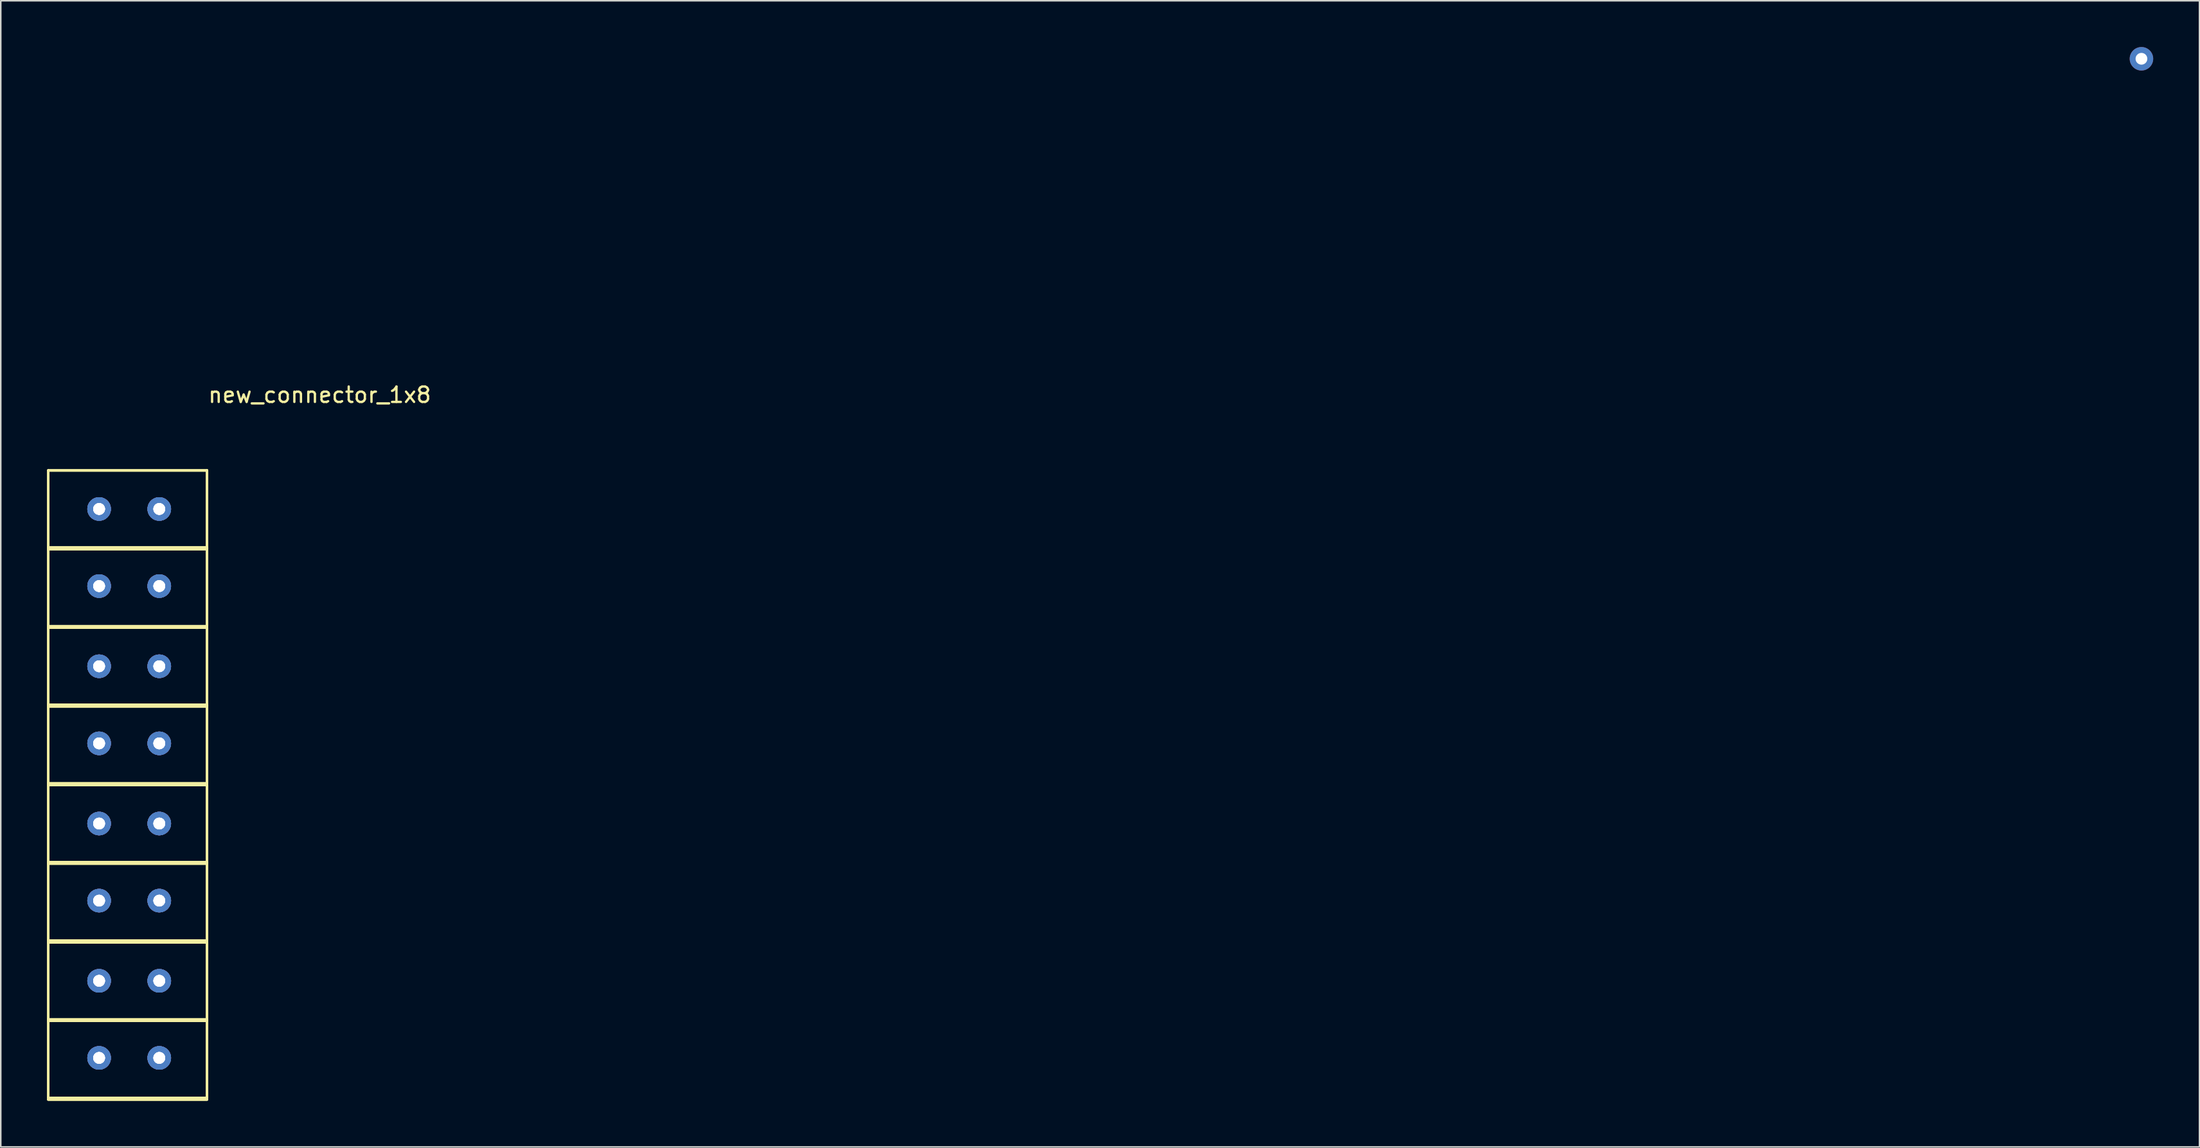
<source format=kicad_pcb>
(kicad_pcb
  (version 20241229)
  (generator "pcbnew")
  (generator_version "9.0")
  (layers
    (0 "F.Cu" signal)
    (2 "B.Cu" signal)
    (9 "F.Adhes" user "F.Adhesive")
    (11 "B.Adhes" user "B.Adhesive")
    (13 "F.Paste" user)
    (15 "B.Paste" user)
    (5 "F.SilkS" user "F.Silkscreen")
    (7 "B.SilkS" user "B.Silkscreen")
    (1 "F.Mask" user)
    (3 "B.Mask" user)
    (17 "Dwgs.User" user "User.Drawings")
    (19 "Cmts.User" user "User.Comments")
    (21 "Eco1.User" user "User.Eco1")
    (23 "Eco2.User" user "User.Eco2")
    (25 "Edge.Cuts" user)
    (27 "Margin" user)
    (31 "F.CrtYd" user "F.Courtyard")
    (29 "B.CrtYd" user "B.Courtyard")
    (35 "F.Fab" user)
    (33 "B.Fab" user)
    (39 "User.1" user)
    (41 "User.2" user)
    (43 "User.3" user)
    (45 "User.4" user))
  (footprint "new_connector_1x8"
    (layer "F.Cu")
    (at 17.675 22.062)
    (property "Reference" "new_connector_1x8" (at 0 0.5 0) (layer "F.SilkS") (effects (font (size 1 1) (thickness 0.15))))
    (attr through_hole)
    (fp_line (start -17.6 5.4) (end -17.6 10.5) (stroke (width 0.15) (type solid)) (layer "F.SilkS"))
    (fp_line (start -17.6 5.4) (end -17.6 10.5) (stroke (width 0.15) (type solid)) (layer "F.SilkS"))
    (fp_line (start -17.6 5.4) (end -17.6 10.5) (stroke (width 0.15) (type solid)) (layer "F.SilkS"))
    (fp_line (start -17.6 5.4) (end -17.6 10.5) (stroke (width 0.15) (type solid)) (layer "F.SilkS"))
    (fp_line (start -17.6 5.4) (end -7.3 5.4) (stroke (width 0.15) (type solid)) (layer "F.SilkS"))
    (fp_line (start -17.6 5.4) (end -7.3 5.4) (stroke (width 0.15) (type solid)) (layer "F.SilkS"))
    (fp_line (start -17.6 5.4) (end -7.3 5.4) (stroke (width 0.15) (type solid)) (layer "F.SilkS"))
    (fp_line (start -17.6 5.4) (end -7.3 5.4) (stroke (width 0.15) (type solid)) (layer "F.SilkS"))
    (fp_line (start -17.6 10.4) (end -17.6 15.5) (stroke (width 0.15) (type solid)) (layer "F.SilkS"))
    (fp_line (start -17.6 10.4) (end -17.6 15.5) (stroke (width 0.15) (type solid)) (layer "F.SilkS"))
    (fp_line (start -17.6 10.4) (end -17.6 15.5) (stroke (width 0.15) (type solid)) (layer "F.SilkS"))
    (fp_line (start -17.6 10.4) (end -17.6 15.5) (stroke (width 0.15) (type solid)) (layer "F.SilkS"))
    (fp_line (start -17.6 10.4) (end -7.3 10.4) (stroke (width 0.15) (type solid)) (layer "F.SilkS"))
    (fp_line (start -17.6 10.4) (end -7.3 10.4) (stroke (width 0.15) (type solid)) (layer "F.SilkS"))
    (fp_line (start -17.6 10.4) (end -7.3 10.4) (stroke (width 0.15) (type solid)) (layer "F.SilkS"))
    (fp_line (start -17.6 10.4) (end -7.3 10.4) (stroke (width 0.15) (type solid)) (layer "F.SilkS"))
    (fp_line (start -17.6 10.5) (end -7.3 10.5) (stroke (width 0.15) (type solid)) (layer "F.SilkS"))
    (fp_line (start -17.6 10.5) (end -7.3 10.5) (stroke (width 0.15) (type solid)) (layer "F.SilkS"))
    (fp_line (start -17.6 10.5) (end -7.3 10.5) (stroke (width 0.15) (type solid)) (layer "F.SilkS"))
    (fp_line (start -17.6 10.5) (end -7.3 10.5) (stroke (width 0.15) (type solid)) (layer "F.SilkS"))
    (fp_line (start -17.6 15.5) (end -7.3 15.5) (stroke (width 0.15) (type solid)) (layer "F.SilkS"))
    (fp_line (start -17.6 15.5) (end -7.3 15.5) (stroke (width 0.15) (type solid)) (layer "F.SilkS"))
    (fp_line (start -17.6 15.5) (end -7.3 15.5) (stroke (width 0.15) (type solid)) (layer "F.SilkS"))
    (fp_line (start -17.6 15.5) (end -7.3 15.5) (stroke (width 0.15) (type solid)) (layer "F.SilkS"))
    (fp_line (start -17.6 15.6) (end -17.6 20.7) (stroke (width 0.15) (type solid)) (layer "F.SilkS"))
    (fp_line (start -17.6 15.6) (end -17.6 20.7) (stroke (width 0.15) (type solid)) (layer "F.SilkS"))
    (fp_line (start -17.6 15.6) (end -17.6 20.7) (stroke (width 0.15) (type solid)) (layer "F.SilkS"))
    (fp_line (start -17.6 15.6) (end -17.6 20.7) (stroke (width 0.15) (type solid)) (layer "F.SilkS"))
    (fp_line (start -17.6 15.6) (end -7.3 15.6) (stroke (width 0.15) (type solid)) (layer "F.SilkS"))
    (fp_line (start -17.6 15.6) (end -7.3 15.6) (stroke (width 0.15) (type solid)) (layer "F.SilkS"))
    (fp_line (start -17.6 15.6) (end -7.3 15.6) (stroke (width 0.15) (type solid)) (layer "F.SilkS"))
    (fp_line (start -17.6 15.6) (end -7.3 15.6) (stroke (width 0.15) (type solid)) (layer "F.SilkS"))
    (fp_line (start -17.6 20.6) (end -17.6 25.7) (stroke (width 0.15) (type solid)) (layer "F.SilkS"))
    (fp_line (start -17.6 20.6) (end -17.6 25.7) (stroke (width 0.15) (type solid)) (layer "F.SilkS"))
    (fp_line (start -17.6 20.6) (end -17.6 25.7) (stroke (width 0.15) (type solid)) (layer "F.SilkS"))
    (fp_line (start -17.6 20.6) (end -17.6 25.7) (stroke (width 0.15) (type solid)) (layer "F.SilkS"))
    (fp_line (start -17.6 20.6) (end -7.3 20.6) (stroke (width 0.15) (type solid)) (layer "F.SilkS"))
    (fp_line (start -17.6 20.6) (end -7.3 20.6) (stroke (width 0.15) (type solid)) (layer "F.SilkS"))
    (fp_line (start -17.6 20.6) (end -7.3 20.6) (stroke (width 0.15) (type solid)) (layer "F.SilkS"))
    (fp_line (start -17.6 20.6) (end -7.3 20.6) (stroke (width 0.15) (type solid)) (layer "F.SilkS"))
    (fp_line (start -17.6 20.7) (end -7.3 20.7) (stroke (width 0.15) (type solid)) (layer "F.SilkS"))
    (fp_line (start -17.6 20.7) (end -7.3 20.7) (stroke (width 0.15) (type solid)) (layer "F.SilkS"))
    (fp_line (start -17.6 20.7) (end -7.3 20.7) (stroke (width 0.15) (type solid)) (layer "F.SilkS"))
    (fp_line (start -17.6 20.7) (end -7.3 20.7) (stroke (width 0.15) (type solid)) (layer "F.SilkS"))
    (fp_line (start -17.6 25.7) (end -7.3 25.7) (stroke (width 0.15) (type solid)) (layer "F.SilkS"))
    (fp_line (start -17.6 25.7) (end -7.3 25.7) (stroke (width 0.15) (type solid)) (layer "F.SilkS"))
    (fp_line (start -17.6 25.7) (end -7.3 25.7) (stroke (width 0.15) (type solid)) (layer "F.SilkS"))
    (fp_line (start -17.6 25.7) (end -7.3 25.7) (stroke (width 0.15) (type solid)) (layer "F.SilkS"))
    (fp_line (start -17.6 25.8) (end -17.6 30.9) (stroke (width 0.15) (type solid)) (layer "F.SilkS"))
    (fp_line (start -17.6 25.8) (end -17.6 30.9) (stroke (width 0.15) (type solid)) (layer "F.SilkS"))
    (fp_line (start -17.6 25.8) (end -17.6 30.9) (stroke (width 0.15) (type solid)) (layer "F.SilkS"))
    (fp_line (start -17.6 25.8) (end -17.6 30.9) (stroke (width 0.15) (type solid)) (layer "F.SilkS"))
    (fp_line (start -17.6 25.8) (end -7.3 25.8) (stroke (width 0.15) (type solid)) (layer "F.SilkS"))
    (fp_line (start -17.6 25.8) (end -7.3 25.8) (stroke (width 0.15) (type solid)) (layer "F.SilkS"))
    (fp_line (start -17.6 25.8) (end -7.3 25.8) (stroke (width 0.15) (type solid)) (layer "F.SilkS"))
    (fp_line (start -17.6 25.8) (end -7.3 25.8) (stroke (width 0.15) (type solid)) (layer "F.SilkS"))
    (fp_line (start -17.6 30.8) (end -17.6 35.9) (stroke (width 0.15) (type solid)) (layer "F.SilkS"))
    (fp_line (start -17.6 30.8) (end -17.6 35.9) (stroke (width 0.15) (type solid)) (layer "F.SilkS"))
    (fp_line (start -17.6 30.8) (end -17.6 35.9) (stroke (width 0.15) (type solid)) (layer "F.SilkS"))
    (fp_line (start -17.6 30.8) (end -17.6 35.9) (stroke (width 0.15) (type solid)) (layer "F.SilkS"))
    (fp_line (start -17.6 30.8) (end -7.3 30.8) (stroke (width 0.15) (type solid)) (layer "F.SilkS"))
    (fp_line (start -17.6 30.8) (end -7.3 30.8) (stroke (width 0.15) (type solid)) (layer "F.SilkS"))
    (fp_line (start -17.6 30.8) (end -7.3 30.8) (stroke (width 0.15) (type solid)) (layer "F.SilkS"))
    (fp_line (start -17.6 30.8) (end -7.3 30.8) (stroke (width 0.15) (type solid)) (layer "F.SilkS"))
    (fp_line (start -17.6 30.9) (end -7.3 30.9) (stroke (width 0.15) (type solid)) (layer "F.SilkS"))
    (fp_line (start -17.6 30.9) (end -7.3 30.9) (stroke (width 0.15) (type solid)) (layer "F.SilkS"))
    (fp_line (start -17.6 30.9) (end -7.3 30.9) (stroke (width 0.15) (type solid)) (layer "F.SilkS"))
    (fp_line (start -17.6 30.9) (end -7.3 30.9) (stroke (width 0.15) (type solid)) (layer "F.SilkS"))
    (fp_line (start -17.6 35.9) (end -7.3 35.9) (stroke (width 0.15) (type solid)) (layer "F.SilkS"))
    (fp_line (start -17.6 35.9) (end -7.3 35.9) (stroke (width 0.15) (type solid)) (layer "F.SilkS"))
    (fp_line (start -17.6 35.9) (end -7.3 35.9) (stroke (width 0.15) (type solid)) (layer "F.SilkS"))
    (fp_line (start -17.6 35.9) (end -7.3 35.9) (stroke (width 0.15) (type solid)) (layer "F.SilkS"))
    (fp_line (start -17.6 36) (end -17.6 41.1) (stroke (width 0.15) (type solid)) (layer "F.SilkS"))
    (fp_line (start -17.6 36) (end -17.6 41.1) (stroke (width 0.15) (type solid)) (layer "F.SilkS"))
    (fp_line (start -17.6 36) (end -17.6 41.1) (stroke (width 0.15) (type solid)) (layer "F.SilkS"))
    (fp_line (start -17.6 36) (end -17.6 41.1) (stroke (width 0.15) (type solid)) (layer "F.SilkS"))
    (fp_line (start -17.6 36) (end -7.3 36) (stroke (width 0.15) (type solid)) (layer "F.SilkS"))
    (fp_line (start -17.6 36) (end -7.3 36) (stroke (width 0.15) (type solid)) (layer "F.SilkS"))
    (fp_line (start -17.6 36) (end -7.3 36) (stroke (width 0.15) (type solid)) (layer "F.SilkS"))
    (fp_line (start -17.6 36) (end -7.3 36) (stroke (width 0.15) (type solid)) (layer "F.SilkS"))
    (fp_line (start -17.6 36) (end -7.3 36) (stroke (width 0.15) (type solid)) (layer "F.SilkS"))
    (fp_line (start -17.6 36) (end -7.3 36) (stroke (width 0.15) (type solid)) (layer "F.SilkS"))
    (fp_line (start -17.6 36) (end -7.3 36) (stroke (width 0.15) (type solid)) (layer "F.SilkS"))
    (fp_line (start -17.6 36) (end -7.3 36) (stroke (width 0.15) (type solid)) (layer "F.SilkS"))
    (fp_line (start -17.6 41) (end -17.6 46.1) (stroke (width 0.15) (type solid)) (layer "F.SilkS"))
    (fp_line (start -17.6 41) (end -17.6 46.1) (stroke (width 0.15) (type solid)) (layer "F.SilkS"))
    (fp_line (start -17.6 41) (end -17.6 46.1) (stroke (width 0.15) (type solid)) (layer "F.SilkS"))
    (fp_line (start -17.6 41) (end -17.6 46.1) (stroke (width 0.15) (type solid)) (layer "F.SilkS"))
    (fp_line (start -17.6 41) (end -7.3 41) (stroke (width 0.15) (type solid)) (layer "F.SilkS"))
    (fp_line (start -17.6 41) (end -7.3 41) (stroke (width 0.15) (type solid)) (layer "F.SilkS"))
    (fp_line (start -17.6 41) (end -7.3 41) (stroke (width 0.15) (type solid)) (layer "F.SilkS"))
    (fp_line (start -17.6 41) (end -7.3 41) (stroke (width 0.15) (type solid)) (layer "F.SilkS"))
    (fp_line (start -17.6 41.1) (end -7.3 41.1) (stroke (width 0.15) (type solid)) (layer "F.SilkS"))
    (fp_line (start -17.6 41.1) (end -7.3 41.1) (stroke (width 0.15) (type solid)) (layer "F.SilkS"))
    (fp_line (start -17.6 41.1) (end -7.3 41.1) (stroke (width 0.15) (type solid)) (layer "F.SilkS"))
    (fp_line (start -17.6 41.1) (end -7.3 41.1) (stroke (width 0.15) (type solid)) (layer "F.SilkS"))
    (fp_line (start -17.6 46.1) (end -7.3 46.1) (stroke (width 0.15) (type solid)) (layer "F.SilkS"))
    (fp_line (start -17.6 46.1) (end -7.3 46.1) (stroke (width 0.15) (type solid)) (layer "F.SilkS"))
    (fp_line (start -17.6 46.1) (end -7.3 46.1) (stroke (width 0.15) (type solid)) (layer "F.SilkS"))
    (fp_line (start -17.6 46.1) (end -7.3 46.1) (stroke (width 0.15) (type solid)) (layer "F.SilkS"))
    (fp_line (start -17.6 46.2) (end -7.3 46.2) (stroke (width 0.15) (type solid)) (layer "F.SilkS"))
    (fp_line (start -17.6 46.2) (end -7.3 46.2) (stroke (width 0.15) (type solid)) (layer "F.SilkS"))
    (fp_line (start -17.6 46.2) (end -7.3 46.2) (stroke (width 0.15) (type solid)) (layer "F.SilkS"))
    (fp_line (start -17.6 46.2) (end -7.3 46.2) (stroke (width 0.15) (type solid)) (layer "F.SilkS"))
    (fp_line (start -7.3 10.5) (end -7.3 5.4) (stroke (width 0.15) (type solid)) (layer "F.SilkS"))
    (fp_line (start -7.3 10.5) (end -7.3 5.4) (stroke (width 0.15) (type solid)) (layer "F.SilkS"))
    (fp_line (start -7.3 10.5) (end -7.3 5.4) (stroke (width 0.15) (type solid)) (layer "F.SilkS"))
    (fp_line (start -7.3 10.5) (end -7.3 5.4) (stroke (width 0.15) (type solid)) (layer "F.SilkS"))
    (fp_line (start -7.3 15.5) (end -7.3 10.4) (stroke (width 0.15) (type solid)) (layer "F.SilkS"))
    (fp_line (start -7.3 15.5) (end -7.3 10.4) (stroke (width 0.15) (type solid)) (layer "F.SilkS"))
    (fp_line (start -7.3 15.5) (end -7.3 10.4) (stroke (width 0.15) (type solid)) (layer "F.SilkS"))
    (fp_line (start -7.3 15.5) (end -7.3 10.4) (stroke (width 0.15) (type solid)) (layer "F.SilkS"))
    (fp_line (start -7.3 20.7) (end -7.3 15.6) (stroke (width 0.15) (type solid)) (layer "F.SilkS"))
    (fp_line (start -7.3 20.7) (end -7.3 15.6) (stroke (width 0.15) (type solid)) (layer "F.SilkS"))
    (fp_line (start -7.3 20.7) (end -7.3 15.6) (stroke (width 0.15) (type solid)) (layer "F.SilkS"))
    (fp_line (start -7.3 20.7) (end -7.3 15.6) (stroke (width 0.15) (type solid)) (layer "F.SilkS"))
    (fp_line (start -7.3 25.7) (end -7.3 20.6) (stroke (width 0.15) (type solid)) (layer "F.SilkS"))
    (fp_line (start -7.3 25.7) (end -7.3 20.6) (stroke (width 0.15) (type solid)) (layer "F.SilkS"))
    (fp_line (start -7.3 25.7) (end -7.3 20.6) (stroke (width 0.15) (type solid)) (layer "F.SilkS"))
    (fp_line (start -7.3 25.7) (end -7.3 20.6) (stroke (width 0.15) (type solid)) (layer "F.SilkS"))
    (fp_line (start -7.3 30.9) (end -7.3 25.8) (stroke (width 0.15) (type solid)) (layer "F.SilkS"))
    (fp_line (start -7.3 30.9) (end -7.3 25.8) (stroke (width 0.15) (type solid)) (layer "F.SilkS"))
    (fp_line (start -7.3 30.9) (end -7.3 25.8) (stroke (width 0.15) (type solid)) (layer "F.SilkS"))
    (fp_line (start -7.3 30.9) (end -7.3 25.8) (stroke (width 0.15) (type solid)) (layer "F.SilkS"))
    (fp_line (start -7.3 35.9) (end -7.3 30.8) (stroke (width 0.15) (type solid)) (layer "F.SilkS"))
    (fp_line (start -7.3 35.9) (end -7.3 30.8) (stroke (width 0.15) (type solid)) (layer "F.SilkS"))
    (fp_line (start -7.3 35.9) (end -7.3 30.8) (stroke (width 0.15) (type solid)) (layer "F.SilkS"))
    (fp_line (start -7.3 35.9) (end -7.3 30.8) (stroke (width 0.15) (type solid)) (layer "F.SilkS"))
    (fp_line (start -7.3 41.1) (end -7.3 36) (stroke (width 0.15) (type solid)) (layer "F.SilkS"))
    (fp_line (start -7.3 41.1) (end -7.3 36) (stroke (width 0.15) (type solid)) (layer "F.SilkS"))
    (fp_line (start -7.3 41.1) (end -7.3 36) (stroke (width 0.15) (type solid)) (layer "F.SilkS"))
    (fp_line (start -7.3 41.1) (end -7.3 36) (stroke (width 0.15) (type solid)) (layer "F.SilkS"))
    (fp_line (start -7.3 46.1) (end -7.3 41) (stroke (width 0.15) (type solid)) (layer "F.SilkS"))
    (fp_line (start -7.3 46.1) (end -7.3 41) (stroke (width 0.15) (type solid)) (layer "F.SilkS"))
    (fp_line (start -7.3 46.1) (end -7.3 41) (stroke (width 0.15) (type solid)) (layer "F.SilkS"))
    (fp_line (start -7.3 46.1) (end -7.3 41) (stroke (width 0.15) (type solid)) (layer "F.SilkS"))
    (fp_line (start -16.9 5.4) (end -16.9 10.5) (stroke (width 0.15) (type solid)) (layer "B.Paste"))
    (fp_line (start -16.9 5.4) (end -16.9 10.5) (stroke (width 0.15) (type solid)) (layer "B.Paste"))
    (fp_line (start -16.9 5.4) (end -16.9 10.5) (stroke (width 0.15) (type solid)) (layer "B.Paste"))
    (fp_line (start -16.9 5.4) (end -16.9 10.5) (stroke (width 0.15) (type solid)) (layer "B.Paste"))
    (fp_line (start -16.9 5.4) (end -7.9 5.4) (stroke (width 0.15) (type solid)) (layer "B.Paste"))
    (fp_line (start -16.9 5.4) (end -7.9 5.4) (stroke (width 0.15) (type solid)) (layer "B.Paste"))
    (fp_line (start -16.9 5.4) (end -7.9 5.4) (stroke (width 0.15) (type solid)) (layer "B.Paste"))
    (fp_line (start -16.9 5.4) (end -7.9 5.4) (stroke (width 0.15) (type solid)) (layer "B.Paste"))
    (fp_line (start -16.9 10.4) (end -16.9 15.5) (stroke (width 0.15) (type solid)) (layer "B.Paste"))
    (fp_line (start -16.9 10.4) (end -16.9 15.5) (stroke (width 0.15) (type solid)) (layer "B.Paste"))
    (fp_line (start -16.9 10.4) (end -16.9 15.5) (stroke (width 0.15) (type solid)) (layer "B.Paste"))
    (fp_line (start -16.9 10.4) (end -16.9 15.5) (stroke (width 0.15) (type solid)) (layer "B.Paste"))
    (fp_line (start -16.9 10.4) (end -7.9 10.4) (stroke (width 0.15) (type solid)) (layer "B.Paste"))
    (fp_line (start -16.9 10.4) (end -7.9 10.4) (stroke (width 0.15) (type solid)) (layer "B.Paste"))
    (fp_line (start -16.9 10.4) (end -7.9 10.4) (stroke (width 0.15) (type solid)) (layer "B.Paste"))
    (fp_line (start -16.9 10.4) (end -7.9 10.4) (stroke (width 0.15) (type solid)) (layer "B.Paste"))
    (fp_line (start -16.9 10.5) (end -7.8 10.5) (stroke (width 0.15) (type solid)) (layer "B.Paste"))
    (fp_line (start -16.9 10.5) (end -7.8 10.5) (stroke (width 0.15) (type solid)) (layer "B.Paste"))
    (fp_line (start -16.9 10.5) (end -7.8 10.5) (stroke (width 0.15) (type solid)) (layer "B.Paste"))
    (fp_line (start -16.9 10.5) (end -7.8 10.5) (stroke (width 0.15) (type solid)) (layer "B.Paste"))
    (fp_line (start -16.9 15.5) (end -7.8 15.5) (stroke (width 0.15) (type solid)) (layer "B.Paste"))
    (fp_line (start -16.9 15.5) (end -7.8 15.5) (stroke (width 0.15) (type solid)) (layer "B.Paste"))
    (fp_line (start -16.9 15.5) (end -7.8 15.5) (stroke (width 0.15) (type solid)) (layer "B.Paste"))
    (fp_line (start -16.9 15.5) (end -7.8 15.5) (stroke (width 0.15) (type solid)) (layer "B.Paste"))
    (fp_line (start -16.9 15.6) (end -16.9 20.7) (stroke (width 0.15) (type solid)) (layer "B.Paste"))
    (fp_line (start -16.9 15.6) (end -16.9 20.7) (stroke (width 0.15) (type solid)) (layer "B.Paste"))
    (fp_line (start -16.9 15.6) (end -16.9 20.7) (stroke (width 0.15) (type solid)) (layer "B.Paste"))
    (fp_line (start -16.9 15.6) (end -16.9 20.7) (stroke (width 0.15) (type solid)) (layer "B.Paste"))
    (fp_line (start -16.9 15.6) (end -7.9 15.6) (stroke (width 0.15) (type solid)) (layer "B.Paste"))
    (fp_line (start -16.9 15.6) (end -7.9 15.6) (stroke (width 0.15) (type solid)) (layer "B.Paste"))
    (fp_line (start -16.9 15.6) (end -7.9 15.6) (stroke (width 0.15) (type solid)) (layer "B.Paste"))
    (fp_line (start -16.9 15.6) (end -7.9 15.6) (stroke (width 0.15) (type solid)) (layer "B.Paste"))
    (fp_line (start -16.9 20.6) (end -16.9 25.7) (stroke (width 0.15) (type solid)) (layer "B.Paste"))
    (fp_line (start -16.9 20.6) (end -16.9 25.7) (stroke (width 0.15) (type solid)) (layer "B.Paste"))
    (fp_line (start -16.9 20.6) (end -16.9 25.7) (stroke (width 0.15) (type solid)) (layer "B.Paste"))
    (fp_line (start -16.9 20.6) (end -16.9 25.7) (stroke (width 0.15) (type solid)) (layer "B.Paste"))
    (fp_line (start -16.9 20.6) (end -7.9 20.6) (stroke (width 0.15) (type solid)) (layer "B.Paste"))
    (fp_line (start -16.9 20.6) (end -7.9 20.6) (stroke (width 0.15) (type solid)) (layer "B.Paste"))
    (fp_line (start -16.9 20.6) (end -7.9 20.6) (stroke (width 0.15) (type solid)) (layer "B.Paste"))
    (fp_line (start -16.9 20.6) (end -7.9 20.6) (stroke (width 0.15) (type solid)) (layer "B.Paste"))
    (fp_line (start -16.9 20.7) (end -7.8 20.7) (stroke (width 0.15) (type solid)) (layer "B.Paste"))
    (fp_line (start -16.9 20.7) (end -7.8 20.7) (stroke (width 0.15) (type solid)) (layer "B.Paste"))
    (fp_line (start -16.9 20.7) (end -7.8 20.7) (stroke (width 0.15) (type solid)) (layer "B.Paste"))
    (fp_line (start -16.9 20.7) (end -7.8 20.7) (stroke (width 0.15) (type solid)) (layer "B.Paste"))
    (fp_line (start -16.9 25.7) (end -7.8 25.7) (stroke (width 0.15) (type solid)) (layer "B.Paste"))
    (fp_line (start -16.9 25.7) (end -7.8 25.7) (stroke (width 0.15) (type solid)) (layer "B.Paste"))
    (fp_line (start -16.9 25.7) (end -7.8 25.7) (stroke (width 0.15) (type solid)) (layer "B.Paste"))
    (fp_line (start -16.9 25.7) (end -7.8 25.7) (stroke (width 0.15) (type solid)) (layer "B.Paste"))
    (fp_line (start -16.9 25.8) (end -16.9 30.9) (stroke (width 0.15) (type solid)) (layer "B.Paste"))
    (fp_line (start -16.9 25.8) (end -16.9 30.9) (stroke (width 0.15) (type solid)) (layer "B.Paste"))
    (fp_line (start -16.9 25.8) (end -16.9 30.9) (stroke (width 0.15) (type solid)) (layer "B.Paste"))
    (fp_line (start -16.9 25.8) (end -16.9 30.9) (stroke (width 0.15) (type solid)) (layer "B.Paste"))
    (fp_line (start -16.9 25.8) (end -7.9 25.8) (stroke (width 0.15) (type solid)) (layer "B.Paste"))
    (fp_line (start -16.9 25.8) (end -7.9 25.8) (stroke (width 0.15) (type solid)) (layer "B.Paste"))
    (fp_line (start -16.9 25.8) (end -7.9 25.8) (stroke (width 0.15) (type solid)) (layer "B.Paste"))
    (fp_line (start -16.9 25.8) (end -7.9 25.8) (stroke (width 0.15) (type solid)) (layer "B.Paste"))
    (fp_line (start -16.9 30.8) (end -16.9 35.9) (stroke (width 0.15) (type solid)) (layer "B.Paste"))
    (fp_line (start -16.9 30.8) (end -16.9 35.9) (stroke (width 0.15) (type solid)) (layer "B.Paste"))
    (fp_line (start -16.9 30.8) (end -16.9 35.9) (stroke (width 0.15) (type solid)) (layer "B.Paste"))
    (fp_line (start -16.9 30.8) (end -16.9 35.9) (stroke (width 0.15) (type solid)) (layer "B.Paste"))
    (fp_line (start -16.9 30.8) (end -7.9 30.8) (stroke (width 0.15) (type solid)) (layer "B.Paste"))
    (fp_line (start -16.9 30.8) (end -7.9 30.8) (stroke (width 0.15) (type solid)) (layer "B.Paste"))
    (fp_line (start -16.9 30.8) (end -7.9 30.8) (stroke (width 0.15) (type solid)) (layer "B.Paste"))
    (fp_line (start -16.9 30.8) (end -7.9 30.8) (stroke (width 0.15) (type solid)) (layer "B.Paste"))
    (fp_line (start -16.9 30.9) (end -7.8 30.9) (stroke (width 0.15) (type solid)) (layer "B.Paste"))
    (fp_line (start -16.9 30.9) (end -7.8 30.9) (stroke (width 0.15) (type solid)) (layer "B.Paste"))
    (fp_line (start -16.9 30.9) (end -7.8 30.9) (stroke (width 0.15) (type solid)) (layer "B.Paste"))
    (fp_line (start -16.9 30.9) (end -7.8 30.9) (stroke (width 0.15) (type solid)) (layer "B.Paste"))
    (fp_line (start -16.9 35.9) (end -7.8 35.9) (stroke (width 0.15) (type solid)) (layer "B.Paste"))
    (fp_line (start -16.9 35.9) (end -7.8 35.9) (stroke (width 0.15) (type solid)) (layer "B.Paste"))
    (fp_line (start -16.9 35.9) (end -7.8 35.9) (stroke (width 0.15) (type solid)) (layer "B.Paste"))
    (fp_line (start -16.9 35.9) (end -7.8 35.9) (stroke (width 0.15) (type solid)) (layer "B.Paste"))
    (fp_line (start -16.9 36) (end -16.9 41.1) (stroke (width 0.15) (type solid)) (layer "B.Paste"))
    (fp_line (start -16.9 36) (end -16.9 41.1) (stroke (width 0.15) (type solid)) (layer "B.Paste"))
    (fp_line (start -16.9 36) (end -16.9 41.1) (stroke (width 0.15) (type solid)) (layer "B.Paste"))
    (fp_line (start -16.9 36) (end -16.9 41.1) (stroke (width 0.15) (type solid)) (layer "B.Paste"))
    (fp_line (start -16.9 36) (end -7.9 36) (stroke (width 0.15) (type solid)) (layer "B.Paste"))
    (fp_line (start -16.9 36) (end -7.9 36) (stroke (width 0.15) (type solid)) (layer "B.Paste"))
    (fp_line (start -16.9 36) (end -7.9 36) (stroke (width 0.15) (type solid)) (layer "B.Paste"))
    (fp_line (start -16.9 36) (end -7.9 36) (stroke (width 0.15) (type solid)) (layer "B.Paste"))
    (fp_line (start -16.9 36) (end -7.9 36) (stroke (width 0.15) (type solid)) (layer "B.Paste"))
    (fp_line (start -16.9 36) (end -7.9 36) (stroke (width 0.15) (type solid)) (layer "B.Paste"))
    (fp_line (start -16.9 36) (end -7.9 36) (stroke (width 0.15) (type solid)) (layer "B.Paste"))
    (fp_line (start -16.9 36) (end -7.9 36) (stroke (width 0.15) (type solid)) (layer "B.Paste"))
    (fp_line (start -16.9 41) (end -16.9 46.1) (stroke (width 0.15) (type solid)) (layer "B.Paste"))
    (fp_line (start -16.9 41) (end -16.9 46.1) (stroke (width 0.15) (type solid)) (layer "B.Paste"))
    (fp_line (start -16.9 41) (end -16.9 46.1) (stroke (width 0.15) (type solid)) (layer "B.Paste"))
    (fp_line (start -16.9 41) (end -16.9 46.1) (stroke (width 0.15) (type solid)) (layer "B.Paste"))
    (fp_line (start -16.9 41) (end -7.9 41) (stroke (width 0.15) (type solid)) (layer "B.Paste"))
    (fp_line (start -16.9 41) (end -7.9 41) (stroke (width 0.15) (type solid)) (layer "B.Paste"))
    (fp_line (start -16.9 41) (end -7.9 41) (stroke (width 0.15) (type solid)) (layer "B.Paste"))
    (fp_line (start -16.9 41) (end -7.9 41) (stroke (width 0.15) (type solid)) (layer "B.Paste"))
    (fp_line (start -16.9 41.1) (end -7.8 41.1) (stroke (width 0.15) (type solid)) (layer "B.Paste"))
    (fp_line (start -16.9 41.1) (end -7.8 41.1) (stroke (width 0.15) (type solid)) (layer "B.Paste"))
    (fp_line (start -16.9 41.1) (end -7.8 41.1) (stroke (width 0.15) (type solid)) (layer "B.Paste"))
    (fp_line (start -16.9 41.1) (end -7.8 41.1) (stroke (width 0.15) (type solid)) (layer "B.Paste"))
    (fp_line (start -16.9 46.1) (end -7.8 46.1) (stroke (width 0.15) (type solid)) (layer "B.Paste"))
    (fp_line (start -16.9 46.1) (end -7.8 46.1) (stroke (width 0.15) (type solid)) (layer "B.Paste"))
    (fp_line (start -16.9 46.1) (end -7.8 46.1) (stroke (width 0.15) (type solid)) (layer "B.Paste"))
    (fp_line (start -16.9 46.1) (end -7.8 46.1) (stroke (width 0.15) (type solid)) (layer "B.Paste"))
    (fp_line (start -16.9 46.2) (end -7.9 46.2) (stroke (width 0.15) (type solid)) (layer "B.Paste"))
    (fp_line (start -16.9 46.2) (end -7.9 46.2) (stroke (width 0.15) (type solid)) (layer "B.Paste"))
    (fp_line (start -16.9 46.2) (end -7.9 46.2) (stroke (width 0.15) (type solid)) (layer "B.Paste"))
    (fp_line (start -16.9 46.2) (end -7.9 46.2) (stroke (width 0.15) (type solid)) (layer "B.Paste"))
    (fp_line (start -7.9 5.4) (end -8 5.4) (stroke (width 0.15) (type solid)) (layer "B.Paste"))
    (fp_line (start -7.9 5.4) (end -8 5.4) (stroke (width 0.15) (type solid)) (layer "B.Paste"))
    (fp_line (start -7.9 5.4) (end -8 5.4) (stroke (width 0.15) (type solid)) (layer "B.Paste"))
    (fp_line (start -7.9 5.4) (end -8 5.4) (stroke (width 0.15) (type solid)) (layer "B.Paste"))
    (fp_line (start -7.9 10.4) (end -8 10.4) (stroke (width 0.15) (type solid)) (layer "B.Paste"))
    (fp_line (start -7.9 10.4) (end -8 10.4) (stroke (width 0.15) (type solid)) (layer "B.Paste"))
    (fp_line (start -7.9 10.4) (end -8 10.4) (stroke (width 0.15) (type solid)) (layer "B.Paste"))
    (fp_line (start -7.9 10.4) (end -8 10.4) (stroke (width 0.15) (type solid)) (layer "B.Paste"))
    (fp_line (start -7.9 15.6) (end -8 15.6) (stroke (width 0.15) (type solid)) (layer "B.Paste"))
    (fp_line (start -7.9 15.6) (end -8 15.6) (stroke (width 0.15) (type solid)) (layer "B.Paste"))
    (fp_line (start -7.9 15.6) (end -8 15.6) (stroke (width 0.15) (type solid)) (layer "B.Paste"))
    (fp_line (start -7.9 15.6) (end -8 15.6) (stroke (width 0.15) (type solid)) (layer "B.Paste"))
    (fp_line (start -7.9 20.6) (end -8 20.6) (stroke (width 0.15) (type solid)) (layer "B.Paste"))
    (fp_line (start -7.9 20.6) (end -8 20.6) (stroke (width 0.15) (type solid)) (layer "B.Paste"))
    (fp_line (start -7.9 20.6) (end -8 20.6) (stroke (width 0.15) (type solid)) (layer "B.Paste"))
    (fp_line (start -7.9 20.6) (end -8 20.6) (stroke (width 0.15) (type solid)) (layer "B.Paste"))
    (fp_line (start -7.9 25.8) (end -8 25.8) (stroke (width 0.15) (type solid)) (layer "B.Paste"))
    (fp_line (start -7.9 25.8) (end -8 25.8) (stroke (width 0.15) (type solid)) (layer "B.Paste"))
    (fp_line (start -7.9 25.8) (end -8 25.8) (stroke (width 0.15) (type solid)) (layer "B.Paste"))
    (fp_line (start -7.9 25.8) (end -8 25.8) (stroke (width 0.15) (type solid)) (layer "B.Paste"))
    (fp_line (start -7.9 30.8) (end -8 30.8) (stroke (width 0.15) (type solid)) (layer "B.Paste"))
    (fp_line (start -7.9 30.8) (end -8 30.8) (stroke (width 0.15) (type solid)) (layer "B.Paste"))
    (fp_line (start -7.9 30.8) (end -8 30.8) (stroke (width 0.15) (type solid)) (layer "B.Paste"))
    (fp_line (start -7.9 30.8) (end -8 30.8) (stroke (width 0.15) (type solid)) (layer "B.Paste"))
    (fp_line (start -7.9 36) (end -8 36) (stroke (width 0.15) (type solid)) (layer "B.Paste"))
    (fp_line (start -7.9 36) (end -8 36) (stroke (width 0.15) (type solid)) (layer "B.Paste"))
    (fp_line (start -7.9 36) (end -8 36) (stroke (width 0.15) (type solid)) (layer "B.Paste"))
    (fp_line (start -7.9 36) (end -8 36) (stroke (width 0.15) (type solid)) (layer "B.Paste"))
    (fp_line (start -7.9 36) (end -8 36) (stroke (width 0.15) (type solid)) (layer "B.Paste"))
    (fp_line (start -7.9 36) (end -8 36) (stroke (width 0.15) (type solid)) (layer "B.Paste"))
    (fp_line (start -7.9 36) (end -8 36) (stroke (width 0.15) (type solid)) (layer "B.Paste"))
    (fp_line (start -7.9 36) (end -8 36) (stroke (width 0.15) (type solid)) (layer "B.Paste"))
    (fp_line (start -7.9 41) (end -8 41) (stroke (width 0.15) (type solid)) (layer "B.Paste"))
    (fp_line (start -7.9 41) (end -8 41) (stroke (width 0.15) (type solid)) (layer "B.Paste"))
    (fp_line (start -7.9 41) (end -8 41) (stroke (width 0.15) (type solid)) (layer "B.Paste"))
    (fp_line (start -7.9 41) (end -8 41) (stroke (width 0.15) (type solid)) (layer "B.Paste"))
    (fp_line (start -7.9 46.2) (end -8 46.2) (stroke (width 0.15) (type solid)) (layer "B.Paste"))
    (fp_line (start -7.9 46.2) (end -8 46.2) (stroke (width 0.15) (type solid)) (layer "B.Paste"))
    (fp_line (start -7.9 46.2) (end -8 46.2) (stroke (width 0.15) (type solid)) (layer "B.Paste"))
    (fp_line (start -7.9 46.2) (end -8 46.2) (stroke (width 0.15) (type solid)) (layer "B.Paste"))
    (fp_line (start -7.8 10.5) (end -7.8 5.4) (stroke (width 0.15) (type solid)) (layer "B.Paste"))
    (fp_line (start -7.8 10.5) (end -7.8 5.4) (stroke (width 0.15) (type solid)) (layer "B.Paste"))
    (fp_line (start -7.8 10.5) (end -7.8 5.4) (stroke (width 0.15) (type solid)) (layer "B.Paste"))
    (fp_line (start -7.8 10.5) (end -7.8 5.4) (stroke (width 0.15) (type solid)) (layer "B.Paste"))
    (fp_line (start -7.8 15.5) (end -7.8 10.4) (stroke (width 0.15) (type solid)) (layer "B.Paste"))
    (fp_line (start -7.8 15.5) (end -7.8 10.4) (stroke (width 0.15) (type solid)) (layer "B.Paste"))
    (fp_line (start -7.8 15.5) (end -7.8 10.4) (stroke (width 0.15) (type solid)) (layer "B.Paste"))
    (fp_line (start -7.8 15.5) (end -7.8 10.4) (stroke (width 0.15) (type solid)) (layer "B.Paste"))
    (fp_line (start -7.8 20.7) (end -7.8 15.6) (stroke (width 0.15) (type solid)) (layer "B.Paste"))
    (fp_line (start -7.8 20.7) (end -7.8 15.6) (stroke (width 0.15) (type solid)) (layer "B.Paste"))
    (fp_line (start -7.8 20.7) (end -7.8 15.6) (stroke (width 0.15) (type solid)) (layer "B.Paste"))
    (fp_line (start -7.8 20.7) (end -7.8 15.6) (stroke (width 0.15) (type solid)) (layer "B.Paste"))
    (fp_line (start -7.8 25.7) (end -7.8 20.6) (stroke (width 0.15) (type solid)) (layer "B.Paste"))
    (fp_line (start -7.8 25.7) (end -7.8 20.6) (stroke (width 0.15) (type solid)) (layer "B.Paste"))
    (fp_line (start -7.8 25.7) (end -7.8 20.6) (stroke (width 0.15) (type solid)) (layer "B.Paste"))
    (fp_line (start -7.8 25.7) (end -7.8 20.6) (stroke (width 0.15) (type solid)) (layer "B.Paste"))
    (fp_line (start -7.8 30.9) (end -7.8 25.8) (stroke (width 0.15) (type solid)) (layer "B.Paste"))
    (fp_line (start -7.8 30.9) (end -7.8 25.8) (stroke (width 0.15) (type solid)) (layer "B.Paste"))
    (fp_line (start -7.8 30.9) (end -7.8 25.8) (stroke (width 0.15) (type solid)) (layer "B.Paste"))
    (fp_line (start -7.8 30.9) (end -7.8 25.8) (stroke (width 0.15) (type solid)) (layer "B.Paste"))
    (fp_line (start -7.8 35.9) (end -7.8 30.8) (stroke (width 0.15) (type solid)) (layer "B.Paste"))
    (fp_line (start -7.8 35.9) (end -7.8 30.8) (stroke (width 0.15) (type solid)) (layer "B.Paste"))
    (fp_line (start -7.8 35.9) (end -7.8 30.8) (stroke (width 0.15) (type solid)) (layer "B.Paste"))
    (fp_line (start -7.8 35.9) (end -7.8 30.8) (stroke (width 0.15) (type solid)) (layer "B.Paste"))
    (fp_line (start -7.8 41.1) (end -7.8 36) (stroke (width 0.15) (type solid)) (layer "B.Paste"))
    (fp_line (start -7.8 41.1) (end -7.8 36) (stroke (width 0.15) (type solid)) (layer "B.Paste"))
    (fp_line (start -7.8 41.1) (end -7.8 36) (stroke (width 0.15) (type solid)) (layer "B.Paste"))
    (fp_line (start -7.8 41.1) (end -7.8 36) (stroke (width 0.15) (type solid)) (layer "B.Paste"))
    (fp_line (start -7.8 46.1) (end -7.8 41) (stroke (width 0.15) (type solid)) (layer "B.Paste"))
    (fp_line (start -7.8 46.1) (end -7.8 41) (stroke (width 0.15) (type solid)) (layer "B.Paste"))
    (fp_line (start -7.8 46.1) (end -7.8 41) (stroke (width 0.15) (type solid)) (layer "B.Paste"))
    (fp_line (start -7.8 46.1) (end -7.8 41) (stroke (width 0.15) (type solid)) (layer "B.Paste"))
    (pad "3" thru_hole circle (at 118.1 -21.3) (size 1.524 1.524) (drill 0.762) (layers "*.Cu" "*.Mask"))
    (pad "4" thru_hole circle (at -14.3 7.9) (size 1.524 1.524) (drill 0.762) (layers "*.Cu" "*.Mask"))
    (pad "4" thru_hole circle (at -14.3 7.9) (size 1.524 1.524) (drill 0.762) (layers "*.Cu" "*.Mask"))
    (pad "4" thru_hole circle (at -14.3 7.9) (size 1.524 1.524) (drill 0.762) (layers "*.Cu" "*.Mask"))
    (pad "4" thru_hole circle (at -14.3 7.9) (size 1.524 1.524) (drill 0.762) (layers "*.Cu" "*.Mask"))
    (pad "4" thru_hole circle (at -14.3 12.9) (size 1.524 1.524) (drill 0.762) (layers "*.Cu" "*.Mask"))
    (pad "4" thru_hole circle (at -14.3 12.9) (size 1.524 1.524) (drill 0.762) (layers "*.Cu" "*.Mask"))
    (pad "4" thru_hole circle (at -14.3 12.9) (size 1.524 1.524) (drill 0.762) (layers "*.Cu" "*.Mask"))
    (pad "4" thru_hole circle (at -14.3 12.9) (size 1.524 1.524) (drill 0.762) (layers "*.Cu" "*.Mask"))
    (pad "4" thru_hole circle (at -14.3 18.1) (size 1.524 1.524) (drill 0.762) (layers "*.Cu" "*.Mask"))
    (pad "4" thru_hole circle (at -14.3 18.1) (size 1.524 1.524) (drill 0.762) (layers "*.Cu" "*.Mask"))
    (pad "4" thru_hole circle (at -14.3 18.1) (size 1.524 1.524) (drill 0.762) (layers "*.Cu" "*.Mask"))
    (pad "4" thru_hole circle (at -14.3 18.1) (size 1.524 1.524) (drill 0.762) (layers "*.Cu" "*.Mask"))
    (pad "4" thru_hole circle (at -14.3 23.1) (size 1.524 1.524) (drill 0.762) (layers "*.Cu" "*.Mask"))
    (pad "4" thru_hole circle (at -14.3 23.1) (size 1.524 1.524) (drill 0.762) (layers "*.Cu" "*.Mask"))
    (pad "4" thru_hole circle (at -14.3 23.1) (size 1.524 1.524) (drill 0.762) (layers "*.Cu" "*.Mask"))
    (pad "4" thru_hole circle (at -14.3 23.1) (size 1.524 1.524) (drill 0.762) (layers "*.Cu" "*.Mask"))
    (pad "4" thru_hole circle (at -14.3 28.3) (size 1.524 1.524) (drill 0.762) (layers "*.Cu" "*.Mask"))
    (pad "4" thru_hole circle (at -14.3 28.3) (size 1.524 1.524) (drill 0.762) (layers "*.Cu" "*.Mask"))
    (pad "4" thru_hole circle (at -14.3 28.3) (size 1.524 1.524) (drill 0.762) (layers "*.Cu" "*.Mask"))
    (pad "4" thru_hole circle (at -14.3 28.3) (size 1.524 1.524) (drill 0.762) (layers "*.Cu" "*.Mask"))
    (pad "4" thru_hole circle (at -14.3 33.3) (size 1.524 1.524) (drill 0.762) (layers "*.Cu" "*.Mask"))
    (pad "4" thru_hole circle (at -14.3 33.3) (size 1.524 1.524) (drill 0.762) (layers "*.Cu" "*.Mask"))
    (pad "4" thru_hole circle (at -14.3 33.3) (size 1.524 1.524) (drill 0.762) (layers "*.Cu" "*.Mask"))
    (pad "4" thru_hole circle (at -14.3 33.3) (size 1.524 1.524) (drill 0.762) (layers "*.Cu" "*.Mask"))
    (pad "4" thru_hole circle (at -14.3 38.5) (size 1.524 1.524) (drill 0.762) (layers "*.Cu" "*.Mask"))
    (pad "4" thru_hole circle (at -14.3 38.5) (size 1.524 1.524) (drill 0.762) (layers "*.Cu" "*.Mask"))
    (pad "4" thru_hole circle (at -14.3 38.5) (size 1.524 1.524) (drill 0.762) (layers "*.Cu" "*.Mask"))
    (pad "4" thru_hole circle (at -14.3 38.5) (size 1.524 1.524) (drill 0.762) (layers "*.Cu" "*.Mask"))
    (pad "4" thru_hole circle (at -14.3 43.5) (size 1.524 1.524) (drill 0.762) (layers "*.Cu" "*.Mask"))
    (pad "4" thru_hole circle (at -14.3 43.5) (size 1.524 1.524) (drill 0.762) (layers "*.Cu" "*.Mask"))
    (pad "4" thru_hole circle (at -14.3 43.5) (size 1.524 1.524) (drill 0.762) (layers "*.Cu" "*.Mask"))
    (pad "4" thru_hole circle (at -14.3 43.5) (size 1.524 1.524) (drill 0.762) (layers "*.Cu" "*.Mask"))
    (pad "6" thru_hole circle (at -10.4 7.9) (size 1.524 1.524) (drill 0.762) (layers "*.Cu" "*.Mask"))
    (pad "6" thru_hole circle (at -10.4 7.9) (size 1.524 1.524) (drill 0.762) (layers "*.Cu" "*.Mask"))
    (pad "6" thru_hole circle (at -10.4 7.9) (size 1.524 1.524) (drill 0.762) (layers "*.Cu" "*.Mask"))
    (pad "6" thru_hole circle (at -10.4 7.9) (size 1.524 1.524) (drill 0.762) (layers "*.Cu" "*.Mask"))
    (pad "6" thru_hole circle (at -10.4 12.9) (size 1.524 1.524) (drill 0.762) (layers "*.Cu" "*.Mask"))
    (pad "6" thru_hole circle (at -10.4 12.9) (size 1.524 1.524) (drill 0.762) (layers "*.Cu" "*.Mask"))
    (pad "6" thru_hole circle (at -10.4 12.9) (size 1.524 1.524) (drill 0.762) (layers "*.Cu" "*.Mask"))
    (pad "6" thru_hole circle (at -10.4 12.9) (size 1.524 1.524) (drill 0.762) (layers "*.Cu" "*.Mask"))
    (pad "6" thru_hole circle (at -10.4 18.1) (size 1.524 1.524) (drill 0.762) (layers "*.Cu" "*.Mask"))
    (pad "6" thru_hole circle (at -10.4 18.1) (size 1.524 1.524) (drill 0.762) (layers "*.Cu" "*.Mask"))
    (pad "6" thru_hole circle (at -10.4 18.1) (size 1.524 1.524) (drill 0.762) (layers "*.Cu" "*.Mask"))
    (pad "6" thru_hole circle (at -10.4 18.1) (size 1.524 1.524) (drill 0.762) (layers "*.Cu" "*.Mask"))
    (pad "6" thru_hole circle (at -10.4 23.1) (size 1.524 1.524) (drill 0.762) (layers "*.Cu" "*.Mask"))
    (pad "6" thru_hole circle (at -10.4 23.1) (size 1.524 1.524) (drill 0.762) (layers "*.Cu" "*.Mask"))
    (pad "6" thru_hole circle (at -10.4 23.1) (size 1.524 1.524) (drill 0.762) (layers "*.Cu" "*.Mask"))
    (pad "6" thru_hole circle (at -10.4 23.1) (size 1.524 1.524) (drill 0.762) (layers "*.Cu" "*.Mask"))
    (pad "6" thru_hole circle (at -10.4 28.3) (size 1.524 1.524) (drill 0.762) (layers "*.Cu" "*.Mask"))
    (pad "6" thru_hole circle (at -10.4 28.3) (size 1.524 1.524) (drill 0.762) (layers "*.Cu" "*.Mask"))
    (pad "6" thru_hole circle (at -10.4 28.3) (size 1.524 1.524) (drill 0.762) (layers "*.Cu" "*.Mask"))
    (pad "6" thru_hole circle (at -10.4 28.3) (size 1.524 1.524) (drill 0.762) (layers "*.Cu" "*.Mask"))
    (pad "6" thru_hole circle (at -10.4 33.3) (size 1.524 1.524) (drill 0.762) (layers "*.Cu" "*.Mask"))
    (pad "6" thru_hole circle (at -10.4 33.3) (size 1.524 1.524) (drill 0.762) (layers "*.Cu" "*.Mask"))
    (pad "6" thru_hole circle (at -10.4 33.3) (size 1.524 1.524) (drill 0.762) (layers "*.Cu" "*.Mask"))
    (pad "6" thru_hole circle (at -10.4 33.3) (size 1.524 1.524) (drill 0.762) (layers "*.Cu" "*.Mask"))
    (pad "6" thru_hole circle (at -10.4 38.5) (size 1.524 1.524) (drill 0.762) (layers "*.Cu" "*.Mask"))
    (pad "6" thru_hole circle (at -10.4 38.5) (size 1.524 1.524) (drill 0.762) (layers "*.Cu" "*.Mask"))
    (pad "6" thru_hole circle (at -10.4 38.5) (size 1.524 1.524) (drill 0.762) (layers "*.Cu" "*.Mask"))
    (pad "6" thru_hole circle (at -10.4 38.5) (size 1.524 1.524) (drill 0.762) (layers "*.Cu" "*.Mask"))
    (pad "6" thru_hole circle (at -10.4 43.5) (size 1.524 1.524) (drill 0.762) (layers "*.Cu" "*.Mask"))
    (pad "6" thru_hole circle (at -10.4 43.5) (size 1.524 1.524) (drill 0.762) (layers "*.Cu" "*.Mask"))
    (pad "6" thru_hole circle (at -10.4 43.5) (size 1.524 1.524) (drill 0.762) (layers "*.Cu" "*.Mask"))
    (pad "6" thru_hole circle (at -10.4 43.5) (size 1.524 1.524) (drill 0.762) (layers "*.Cu" "*.Mask")))
  (gr_rect
    (start -3 -3)
    (end 139.537 71.337)
    (stroke (width 0.1) (type default))
    (fill no)
    (layer "Edge.Cuts")))
</source>
